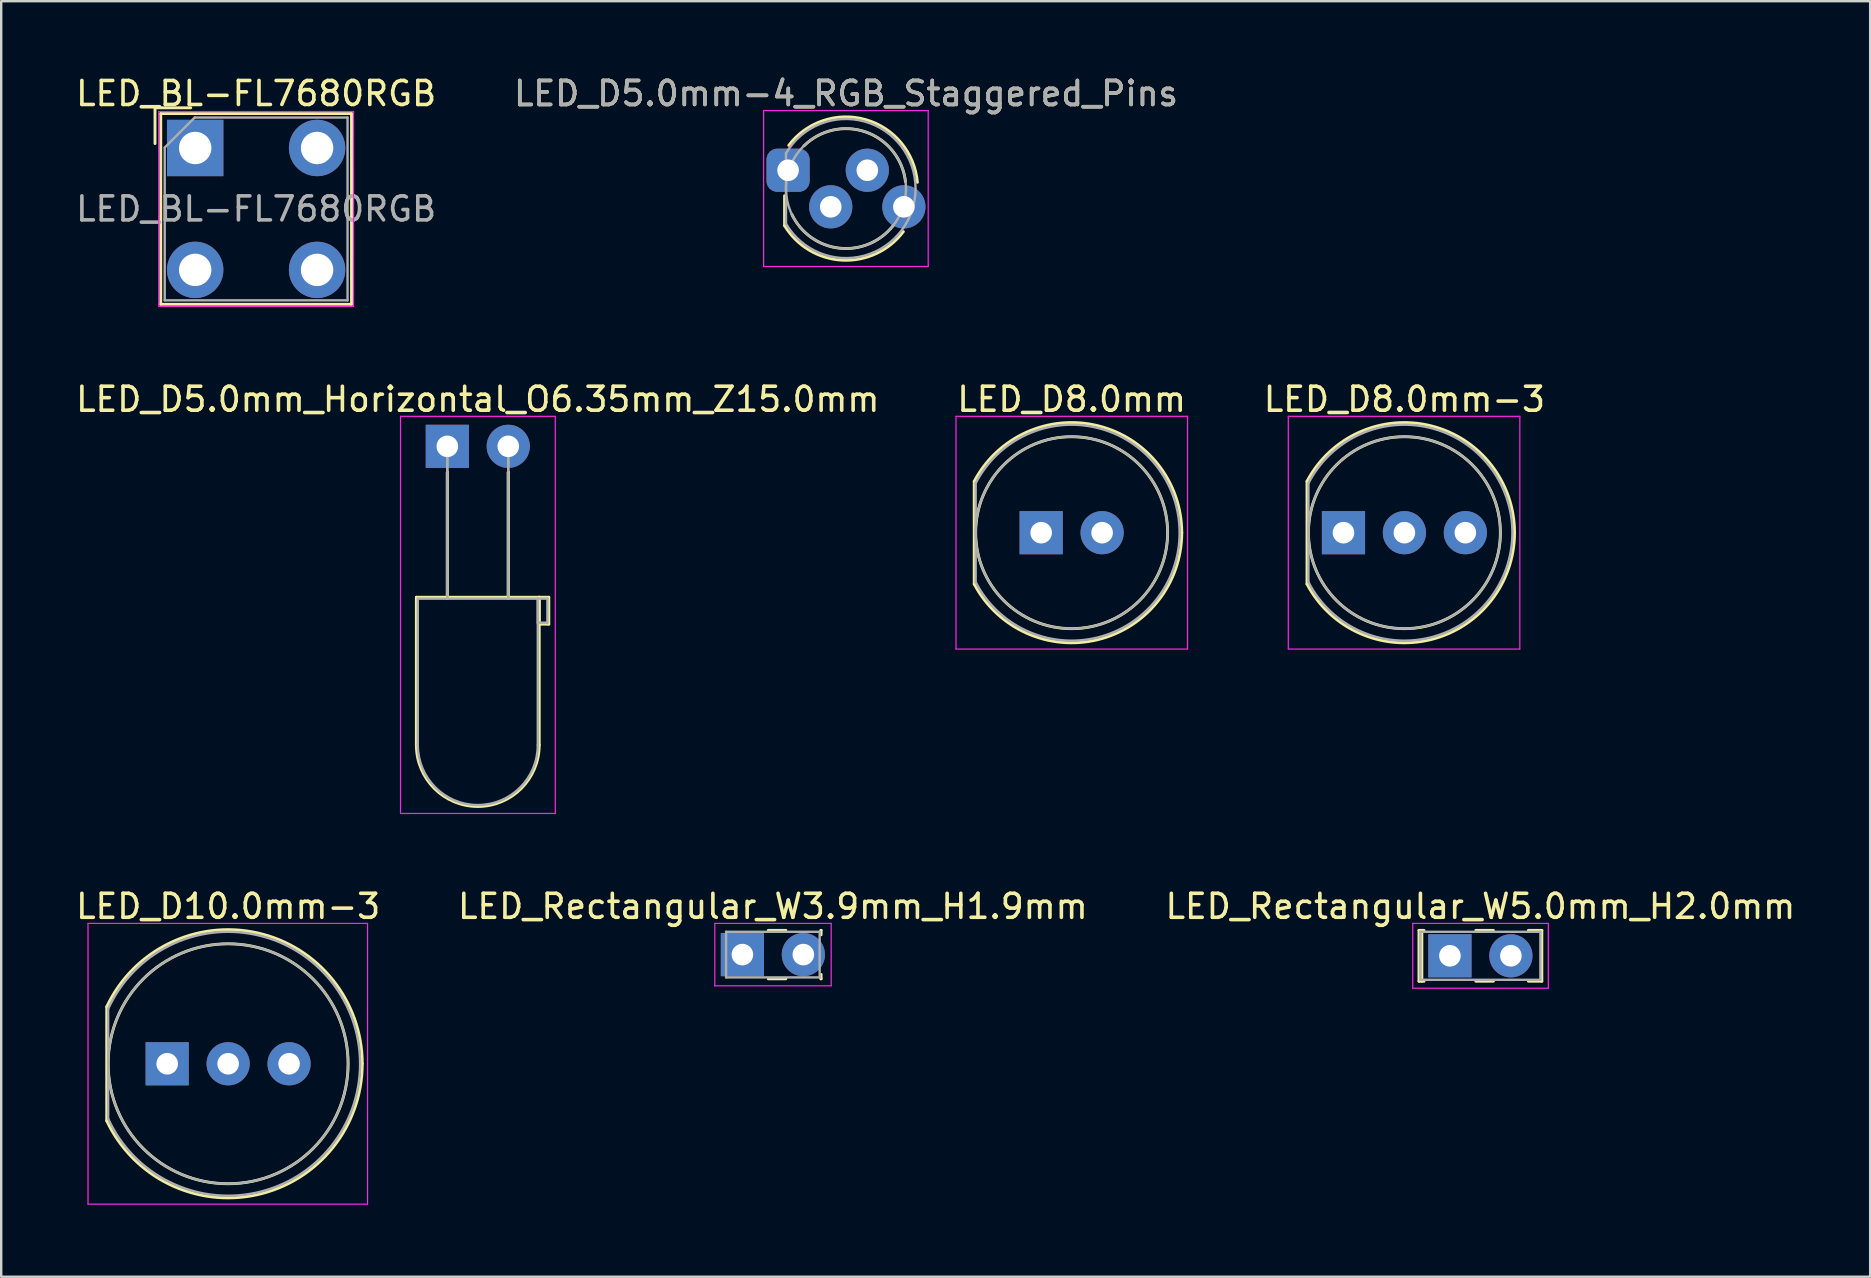
<source format=kicad_pcb>
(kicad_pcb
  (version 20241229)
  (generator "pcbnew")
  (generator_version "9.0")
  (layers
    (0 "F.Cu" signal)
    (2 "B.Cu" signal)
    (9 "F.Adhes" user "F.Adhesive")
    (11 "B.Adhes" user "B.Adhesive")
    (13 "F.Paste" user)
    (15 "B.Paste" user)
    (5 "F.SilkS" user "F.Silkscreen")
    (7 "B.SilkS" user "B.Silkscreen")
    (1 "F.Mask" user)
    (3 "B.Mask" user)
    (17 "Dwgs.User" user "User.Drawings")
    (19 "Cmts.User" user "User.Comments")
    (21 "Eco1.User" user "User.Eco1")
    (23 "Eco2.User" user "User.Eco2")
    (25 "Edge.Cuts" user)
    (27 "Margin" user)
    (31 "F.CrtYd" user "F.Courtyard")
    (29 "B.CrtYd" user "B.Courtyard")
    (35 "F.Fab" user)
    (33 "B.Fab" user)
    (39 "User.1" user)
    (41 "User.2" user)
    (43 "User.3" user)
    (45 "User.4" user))
  (footprint "LED_D5.0mm-4_RGB_Staggered_Pins"
    (layer "F.Cu")
    (at 29.795 4.046)
    (property "Reference" "LED_D5.0mm-4_RGB_Staggered_Pins" (at 2.413 -3.198 0) (layer "F.SilkS") (effects (font (size 1 1) (thickness 0.15))))
    (attr through_hole)
    (fp_line (start -0.147 1.061) (end -0.147 2.307) (stroke (width 0.12) (type solid)) (layer "F.SilkS"))
    (fp_arc (start 0.028 -1.038) (mid 3.238737 -2.109652) (end 5.389836 0.503784) (stroke (width 0.12) (type solid)) (layer "F.SilkS"))
    (fp_arc (start 0.660401 -1.015999) (mid 3.242766 -1.592649) (end 4.89309 0.475579) (stroke (width 0.12) (type solid)) (layer "F.SilkS"))
    (fp_arc (start 4.372086 2.315056) (mid 2.134091 3.246393) (end 0.158316 1.842) (stroke (width 0.12) (type solid)) (layer "F.SilkS"))
    (fp_arc (start 4.804334 2.556887) (mid 2.262188 3.748194) (end -0.147 2.30683) (stroke (width 0.12) (type solid)) (layer "F.SilkS"))
    (fp_line (start -1.02 -2.49) (end 5.84 -2.49) (stroke (width 0.05) (type solid)) (layer "F.CrtYd"))
    (fp_line (start -1.02 4.01) (end -1.02 -2.49) (stroke (width 0.05) (type solid)) (layer "F.CrtYd"))
    (fp_line (start 5.84 -2.49) (end 5.84 4.01) (stroke (width 0.05) (type solid)) (layer "F.CrtYd"))
    (fp_line (start 5.84 4.01) (end -1.02 4.01) (stroke (width 0.05) (type solid)) (layer "F.CrtYd"))
    (fp_line (start -0.087 -0.708) (end -0.087 2.232) (stroke (width 0.1) (type solid)) (layer "F.Fab"))
    (fp_arc (start -0.087 -0.707694) (mid 5.313 0.762016) (end -0.087016 2.231666) (stroke (width 0.1) (type solid)) (layer "F.Fab"))
    (fp_circle (center 2.413 0.762) (end 4.913 0.762) (stroke (width 0.1) (type solid)) (fill no) (layer "F.Fab"))
    (fp_text user "${REFERENCE}" (at 2.413 -3.198 0) (layer "F.Fab") (effects (font (size 1 1) (thickness 0.15))))
    (pad "1" thru_hole roundrect (at 0 0) (size 1.8 1.8) (drill 0.9) (layers "*.Cu" "*.Mask") (roundrect_rratio 0.25))
    (pad "2" thru_hole circle (at 1.778 1.524) (size 1.8 1.8) (drill 0.9) (layers "*.Cu" "*.Mask"))
    (pad "3" thru_hole circle (at 3.302 0) (size 1.8 1.8) (drill 0.9) (layers "*.Cu" "*.Mask"))
    (pad "4" thru_hole circle (at 4.826 1.524) (size 1.8 1.8) (drill 0.9) (layers "*.Cu" "*.Mask")))
  (footprint "LED_D8.0mm"
    (layer "F.Cu")
    (at 40.343 19.151)
    (property "Reference" "LED_D8.0mm" (at 1.27 -5.56 0) (layer "F.SilkS") (effects (font (size 1 1) (thickness 0.15))))
    (attr through_hole)
    (fp_line (start -2.79 -2.142) (end -2.79 2.142) (stroke (width 0.12) (type solid)) (layer "F.SilkS"))
    (fp_arc (start -2.79 -2.141145) (mid 2.373119 -4.455472) (end 5.86 0.000486) (stroke (width 0.12) (type solid)) (layer "F.SilkS"))
    (fp_arc (start 5.86 -0.000486) (mid 2.373119 4.455472) (end -2.79 2.141145) (stroke (width 0.12) (type solid)) (layer "F.SilkS"))
    (fp_circle (center 1.27 0) (end 5.27 0) (stroke (width 0.12) (type solid)) (fill no) (layer "F.SilkS"))
    (fp_line (start -3.55 -4.85) (end -3.55 4.85) (stroke (width 0.05) (type solid)) (layer "F.CrtYd"))
    (fp_line (start -3.55 4.85) (end 6.1 4.85) (stroke (width 0.05) (type solid)) (layer "F.CrtYd"))
    (fp_line (start 6.1 -4.85) (end -3.55 -4.85) (stroke (width 0.05) (type solid)) (layer "F.CrtYd"))
    (fp_line (start 6.1 4.85) (end 6.1 -4.85) (stroke (width 0.05) (type solid)) (layer "F.CrtYd"))
    (fp_line (start -2.73 -2.062) (end -2.73 2.062) (stroke (width 0.1) (type solid)) (layer "F.Fab"))
    (fp_arc (start -2.73 -2.061553) (mid 5.77 0.00126) (end -2.731154 2.059312) (stroke (width 0.1) (type solid)) (layer "F.Fab"))
    (fp_circle (center 1.27 0) (end 5.27 0) (stroke (width 0.1) (type solid)) (fill no) (layer "F.Fab"))
    (pad "1" thru_hole rect (at 0 0) (size 1.8 1.8) (drill 0.9) (layers "*.Cu" "*.Mask"))
    (pad "2" thru_hole circle (at 2.54 0) (size 1.8 1.8) (drill 0.9) (layers "*.Cu" "*.Mask")))
  (footprint "LED_D8.0mm-3"
    (layer "F.Cu")
    (at 52.942 19.151)
    (property "Reference" "LED_D8.0mm-3" (at 2.54 -5.56 0) (layer "F.SilkS") (effects (font (size 1 1) (thickness 0.15))))
    (attr through_hole)
    (fp_line (start -1.52 -2.142) (end -1.52 2.142) (stroke (width 0.12) (type solid)) (layer "F.SilkS"))
    (fp_arc (start -1.52 -2.141145) (mid 3.643119 -4.455472) (end 7.13 0.000486) (stroke (width 0.12) (type solid)) (layer "F.SilkS"))
    (fp_arc (start 7.13 -0.000486) (mid 3.643119 4.455472) (end -1.52 2.141145) (stroke (width 0.12) (type solid)) (layer "F.SilkS"))
    (fp_circle (center 2.54 0) (end 6.54 0) (stroke (width 0.12) (type solid)) (fill no) (layer "F.SilkS"))
    (fp_line (start -2.3 -4.85) (end -2.3 4.85) (stroke (width 0.05) (type solid)) (layer "F.CrtYd"))
    (fp_line (start -2.3 4.85) (end 7.35 4.85) (stroke (width 0.05) (type solid)) (layer "F.CrtYd"))
    (fp_line (start 7.35 -4.85) (end -2.3 -4.85) (stroke (width 0.05) (type solid)) (layer "F.CrtYd"))
    (fp_line (start 7.35 4.85) (end 7.35 -4.85) (stroke (width 0.05) (type solid)) (layer "F.CrtYd"))
    (fp_line (start -1.46 -2.062) (end -1.46 2.062) (stroke (width 0.1) (type solid)) (layer "F.Fab"))
    (fp_arc (start -1.46 -2.061553) (mid 7.04 0.00126) (end -1.461154 2.059312) (stroke (width 0.1) (type solid)) (layer "F.Fab"))
    (fp_circle (center 2.54 0) (end 6.54 0) (stroke (width 0.1) (type solid)) (fill no) (layer "F.Fab"))
    (pad "1" thru_hole rect (at 0 0) (size 1.8 1.8) (drill 0.9) (layers "*.Cu" "*.Mask"))
    (pad "2" thru_hole circle (at 2.54 0) (size 1.8 1.8) (drill 0.9) (layers "*.Cu" "*.Mask"))
    (pad "3" thru_hole circle (at 5.08 0) (size 1.8 1.8) (drill 0.9) (layers "*.Cu" "*.Mask")))
  (footprint "LED_Rectangular_W3.9mm_H1.9mm"
    (layer "F.Cu")
    (at 27.891 36.735)
    (property "Reference" "LED_Rectangular_W3.9mm_H1.9mm" (at 1.27 -2.01 0) (layer "F.SilkS") (effects (font (size 1 1) (thickness 0.15))))
    (attr through_hole)
    (fp_line (start 1.08 -1.01) (end 1.811 -1.01) (stroke (width 0.12) (type solid)) (layer "F.SilkS"))
    (fp_line (start 1.08 1.01) (end 1.811 1.01) (stroke (width 0.12) (type solid)) (layer "F.SilkS"))
    (fp_line (start 3.27 -1.01) (end 3.28 -1.01) (stroke (width 0.12) (type solid)) (layer "F.SilkS"))
    (fp_line (start 3.27 1.01) (end 3.28 1.01) (stroke (width 0.12) (type solid)) (layer "F.SilkS"))
    (fp_line (start 3.28 -1.01) (end 3.28 -0.825) (stroke (width 0.12) (type solid)) (layer "F.SilkS"))
    (fp_line (start 3.28 0.825) (end 3.28 1.01) (stroke (width 0.12) (type solid)) (layer "F.SilkS"))
    (fp_line (start -1.15 -1.3) (end -1.15 1.3) (stroke (width 0.05) (type solid)) (layer "F.CrtYd"))
    (fp_line (start -1.15 1.3) (end 3.7 1.3) (stroke (width 0.05) (type solid)) (layer "F.CrtYd"))
    (fp_line (start 3.7 -1.3) (end -1.15 -1.3) (stroke (width 0.05) (type solid)) (layer "F.CrtYd"))
    (fp_line (start 3.7 1.3) (end 3.7 -1.3) (stroke (width 0.05) (type solid)) (layer "F.CrtYd"))
    (fp_line (start -0.68 -0.95) (end -0.68 0.95) (stroke (width 0.1) (type solid)) (layer "F.Fab"))
    (fp_line (start -0.68 0.95) (end 3.22 0.95) (stroke (width 0.1) (type solid)) (layer "F.Fab"))
    (fp_line (start 3.22 -0.95) (end -0.68 -0.95) (stroke (width 0.1) (type solid)) (layer "F.Fab"))
    (fp_line (start 3.22 0.95) (end 3.22 -0.95) (stroke (width 0.1) (type solid)) (layer "F.Fab"))
    (pad "1" thru_hole rect (at 0 0) (size 1.8 1.8) (drill 0.9) (layers "*.Cu" "*.Mask"))
    (pad "2" thru_hole circle (at 2.54 0) (size 1.8 1.8) (drill 0.9) (layers "*.Cu" "*.Mask")))
  (footprint "LED_D10.0mm-3"
    (layer "F.Cu")
    (at 3.918 41.285)
    (property "Reference" "LED_D10.0mm-3" (at 2.54 -6.56 0) (layer "F.SilkS") (effects (font (size 1 1) (thickness 0.15))))
    (attr through_hole)
    (fp_line (start -2.52 -2.376) (end -2.52 2.376) (stroke (width 0.12) (type solid)) (layer "F.SilkS"))
    (fp_arc (start -2.52 -2.375816) (mid 3.754794 -5.456407) (end 8.129998 -0.004741) (stroke (width 0.12) (type solid)) (layer "F.SilkS"))
    (fp_arc (start 8.129998 0.004741) (mid 3.754794 5.456407) (end -2.52 2.375816) (stroke (width 0.12) (type solid)) (layer "F.SilkS"))
    (fp_circle (center 2.54 0) (end 7.54 0) (stroke (width 0.12) (type solid)) (fill no) (layer "F.SilkS"))
    (fp_line (start -3.3 -5.85) (end -3.3 5.85) (stroke (width 0.05) (type solid)) (layer "F.CrtYd"))
    (fp_line (start -3.3 5.85) (end 8.35 5.85) (stroke (width 0.05) (type solid)) (layer "F.CrtYd"))
    (fp_line (start 8.35 -5.85) (end -3.3 -5.85) (stroke (width 0.05) (type solid)) (layer "F.CrtYd"))
    (fp_line (start 8.35 5.85) (end 8.35 -5.85) (stroke (width 0.05) (type solid)) (layer "F.CrtYd"))
    (fp_line (start -2.46 -2.291) (end -2.46 2.291) (stroke (width 0.1) (type solid)) (layer "F.Fab"))
    (fp_arc (start -2.46 -2.291288) (mid 8.04 0.001918) (end -2.461597 2.2878) (stroke (width 0.1) (type solid)) (layer "F.Fab"))
    (fp_circle (center 2.54 0) (end 7.54 0) (stroke (width 0.1) (type solid)) (fill no) (layer "F.Fab"))
    (pad "1" thru_hole rect (at 0 0) (size 1.8 1.8) (drill 0.9) (layers "*.Cu" "*.Mask"))
    (pad "2" thru_hole circle (at 2.54 0) (size 1.8 1.8) (drill 0.9) (layers "*.Cu" "*.Mask"))
    (pad "3" thru_hole circle (at 5.08 0) (size 1.8 1.8) (drill 0.9) (layers "*.Cu" "*.Mask")))
  (footprint "LED_BL-FL7680RGB"
    (layer "F.Cu")
    (at 5.085 3.118)
    (property "Reference" "LED_BL-FL7680RGB" (at 2.54 -2.27 0) (layer "F.SilkS") (effects (font (size 1 1) (thickness 0.15))))
    (attr through_hole)
    (fp_line (start -1.675 -1.675) (end -0.185 -1.675) (stroke (width 0.12) (type solid)) (layer "F.SilkS"))
    (fp_line (start -1.675 -0.185) (end -1.675 -1.675) (stroke (width 0.12) (type solid)) (layer "F.SilkS"))
    (fp_line (start -1.435 -1.435) (end -1.435 6.515) (stroke (width 0.12) (type solid)) (layer "F.SilkS"))
    (fp_line (start -1.435 6.515) (end 6.515 6.515) (stroke (width 0.12) (type solid)) (layer "F.SilkS"))
    (fp_line (start 6.515 -1.435) (end -1.435 -1.435) (stroke (width 0.12) (type solid)) (layer "F.SilkS"))
    (fp_line (start 6.515 6.515) (end 6.515 -1.435) (stroke (width 0.12) (type solid)) (layer "F.SilkS"))
    (fp_line (start -1.52 -1.52) (end -1.52 6.6) (stroke (width 0.05) (type solid)) (layer "F.CrtYd"))
    (fp_line (start -1.52 6.6) (end 6.6 6.6) (stroke (width 0.05) (type solid)) (layer "F.CrtYd"))
    (fp_line (start 6.6 -1.52) (end -1.52 -1.52) (stroke (width 0.05) (type solid)) (layer "F.CrtYd"))
    (fp_line (start 6.6 6.6) (end 6.6 -1.52) (stroke (width 0.05) (type solid)) (layer "F.CrtYd"))
    (fp_line (start -1.27 -0.02) (end -0.02 -1.27) (stroke (width 0.1) (type solid)) (layer "F.Fab"))
    (fp_line (start -1.27 6.35) (end -1.27 -0.02) (stroke (width 0.1) (type solid)) (layer "F.Fab"))
    (fp_line (start -0.02 -1.27) (end 6.35 -1.27) (stroke (width 0.1) (type solid)) (layer "F.Fab"))
    (fp_line (start 6.35 -1.27) (end 6.35 6.35) (stroke (width 0.1) (type solid)) (layer "F.Fab"))
    (fp_line (start 6.35 6.35) (end -1.27 6.35) (stroke (width 0.1) (type solid)) (layer "F.Fab"))
    (fp_text user "${REFERENCE}" (at 2.54 2.54 0) (layer "F.Fab") (effects (font (size 1 1) (thickness 0.15))))
    (pad "1" thru_hole rect (at 0 0) (size 2.35 2.35) (drill 1.35) (layers "*.Cu" "*.Mask"))
    (pad "2" thru_hole circle (at 0 5.08) (size 2.35 2.35) (drill 1.35) (layers "*.Cu" "*.Mask"))
    (pad "3" thru_hole circle (at 5.08 5.08) (size 2.35 2.35) (drill 1.35) (layers "*.Cu" "*.Mask"))
    (pad "4" thru_hole circle (at 5.08 0) (size 2.35 2.35) (drill 1.35) (layers "*.Cu" "*.Mask")))
  (footprint "LED_D5.0mm_Horizontal_O6.35mm_Z15.0mm"
    (layer "F.Cu")
    (at 15.593 15.552)
    (property "Reference" "LED_D5.0mm_Horizontal_O6.35mm_Z15.0mm" (at 1.27 -1.96 0) (layer "F.SilkS") (effects (font (size 1 1) (thickness 0.15))))
    (attr through_hole)
    (fp_line (start -1.29 6.29) (end -1.29 12.45) (stroke (width 0.12) (type solid)) (layer "F.SilkS"))
    (fp_line (start -1.29 6.29) (end 3.83 6.29) (stroke (width 0.12) (type solid)) (layer "F.SilkS"))
    (fp_line (start 0 1.08) (end 0 1.08) (stroke (width 0.12) (type solid)) (layer "F.SilkS"))
    (fp_line (start 0 1.08) (end 0 6.29) (stroke (width 0.12) (type solid)) (layer "F.SilkS"))
    (fp_line (start 0 6.29) (end 0 1.08) (stroke (width 0.12) (type solid)) (layer "F.SilkS"))
    (fp_line (start 0 6.29) (end 0 6.29) (stroke (width 0.12) (type solid)) (layer "F.SilkS"))
    (fp_line (start 2.54 1.08) (end 2.54 1.08) (stroke (width 0.12) (type solid)) (layer "F.SilkS"))
    (fp_line (start 2.54 1.08) (end 2.54 6.29) (stroke (width 0.12) (type solid)) (layer "F.SilkS"))
    (fp_line (start 2.54 6.29) (end 2.54 1.08) (stroke (width 0.12) (type solid)) (layer "F.SilkS"))
    (fp_line (start 2.54 6.29) (end 2.54 6.29) (stroke (width 0.12) (type solid)) (layer "F.SilkS"))
    (fp_line (start 3.83 6.29) (end 3.83 12.45) (stroke (width 0.12) (type solid)) (layer "F.SilkS"))
    (fp_line (start 3.83 6.29) (end 4.23 6.29) (stroke (width 0.12) (type solid)) (layer "F.SilkS"))
    (fp_line (start 3.83 7.41) (end 3.83 6.29) (stroke (width 0.12) (type solid)) (layer "F.SilkS"))
    (fp_line (start 4.23 6.29) (end 4.23 7.41) (stroke (width 0.12) (type solid)) (layer "F.SilkS"))
    (fp_line (start 4.23 7.41) (end 3.83 7.41) (stroke (width 0.12) (type solid)) (layer "F.SilkS"))
    (fp_arc (start 3.83 12.45) (mid 1.27 15.01) (end -1.29 12.45) (stroke (width 0.12) (type solid)) (layer "F.SilkS"))
    (fp_line (start -1.95 -1.25) (end -1.95 15.3) (stroke (width 0.05) (type solid)) (layer "F.CrtYd"))
    (fp_line (start -1.95 15.3) (end 4.5 15.3) (stroke (width 0.05) (type solid)) (layer "F.CrtYd"))
    (fp_line (start 4.5 -1.25) (end -1.95 -1.25) (stroke (width 0.05) (type solid)) (layer "F.CrtYd"))
    (fp_line (start 4.5 15.3) (end 4.5 -1.25) (stroke (width 0.05) (type solid)) (layer "F.CrtYd"))
    (fp_line (start -1.23 6.35) (end -1.23 12.45) (stroke (width 0.1) (type solid)) (layer "F.Fab"))
    (fp_line (start -1.23 6.35) (end 3.77 6.35) (stroke (width 0.1) (type solid)) (layer "F.Fab"))
    (fp_line (start 0 0) (end 0 0) (stroke (width 0.1) (type solid)) (layer "F.Fab"))
    (fp_line (start 0 0) (end 0 6.35) (stroke (width 0.1) (type solid)) (layer "F.Fab"))
    (fp_line (start 0 6.35) (end 0 0) (stroke (width 0.1) (type solid)) (layer "F.Fab"))
    (fp_line (start 0 6.35) (end 0 6.35) (stroke (width 0.1) (type solid)) (layer "F.Fab"))
    (fp_line (start 2.54 0) (end 2.54 0) (stroke (width 0.1) (type solid)) (layer "F.Fab"))
    (fp_line (start 2.54 0) (end 2.54 6.35) (stroke (width 0.1) (type solid)) (layer "F.Fab"))
    (fp_line (start 2.54 6.35) (end 2.54 0) (stroke (width 0.1) (type solid)) (layer "F.Fab"))
    (fp_line (start 2.54 6.35) (end 2.54 6.35) (stroke (width 0.1) (type solid)) (layer "F.Fab"))
    (fp_line (start 3.77 6.35) (end 3.77 12.45) (stroke (width 0.1) (type solid)) (layer "F.Fab"))
    (fp_line (start 3.77 6.35) (end 4.17 6.35) (stroke (width 0.1) (type solid)) (layer "F.Fab"))
    (fp_line (start 3.77 7.35) (end 3.77 6.35) (stroke (width 0.1) (type solid)) (layer "F.Fab"))
    (fp_line (start 4.17 6.35) (end 4.17 7.35) (stroke (width 0.1) (type solid)) (layer "F.Fab"))
    (fp_line (start 4.17 7.35) (end 3.77 7.35) (stroke (width 0.1) (type solid)) (layer "F.Fab"))
    (fp_arc (start 3.77 12.45) (mid 1.27 14.95) (end -1.23 12.45) (stroke (width 0.1) (type solid)) (layer "F.Fab"))
    (pad "1" thru_hole rect (at 0 0) (size 1.8 1.8) (drill 0.9) (layers "*.Cu" "*.Mask"))
    (pad "2" thru_hole circle (at 2.54 0) (size 1.8 1.8) (drill 0.9) (layers "*.Cu" "*.Mask")))
  (footprint "LED_Rectangular_W5.0mm_H2.0mm"
    (layer "F.Cu")
    (at 57.379 36.785)
    (property "Reference" "LED_Rectangular_W5.0mm_H2.0mm" (at 1.27 -2.06 0) (layer "F.SilkS") (effects (font (size 1 1) (thickness 0.15))))
    (attr through_hole)
    (fp_line (start -1.29 -1.06) (end -1.29 1.06) (stroke (width 0.12) (type solid)) (layer "F.SilkS"))
    (fp_line (start -1.29 -1.06) (end -1.08 -1.06) (stroke (width 0.12) (type solid)) (layer "F.SilkS"))
    (fp_line (start -1.29 1.06) (end -1.08 1.06) (stroke (width 0.12) (type solid)) (layer "F.SilkS"))
    (fp_line (start -1.17 -1.06) (end -1.17 1.06) (stroke (width 0.12) (type solid)) (layer "F.SilkS"))
    (fp_line (start 1.08 -1.06) (end 1.811 -1.06) (stroke (width 0.12) (type solid)) (layer "F.SilkS"))
    (fp_line (start 1.08 1.06) (end 1.811 1.06) (stroke (width 0.12) (type solid)) (layer "F.SilkS"))
    (fp_line (start 3.27 -1.06) (end 3.83 -1.06) (stroke (width 0.12) (type solid)) (layer "F.SilkS"))
    (fp_line (start 3.27 1.06) (end 3.83 1.06) (stroke (width 0.12) (type solid)) (layer "F.SilkS"))
    (fp_line (start 3.83 -1.06) (end 3.83 1.06) (stroke (width 0.12) (type solid)) (layer "F.SilkS"))
    (fp_line (start -1.55 -1.35) (end -1.55 1.35) (stroke (width 0.05) (type solid)) (layer "F.CrtYd"))
    (fp_line (start -1.55 1.35) (end 4.1 1.35) (stroke (width 0.05) (type solid)) (layer "F.CrtYd"))
    (fp_line (start 4.1 -1.35) (end -1.55 -1.35) (stroke (width 0.05) (type solid)) (layer "F.CrtYd"))
    (fp_line (start 4.1 1.35) (end 4.1 -1.35) (stroke (width 0.05) (type solid)) (layer "F.CrtYd"))
    (fp_line (start -1.23 -1) (end -1.23 1) (stroke (width 0.1) (type solid)) (layer "F.Fab"))
    (fp_line (start -1.23 1) (end 3.77 1) (stroke (width 0.1) (type solid)) (layer "F.Fab"))
    (fp_line (start 3.77 -1) (end -1.23 -1) (stroke (width 0.1) (type solid)) (layer "F.Fab"))
    (fp_line (start 3.77 1) (end 3.77 -1) (stroke (width 0.1) (type solid)) (layer "F.Fab"))
    (pad "1" thru_hole rect (at 0 0) (size 1.8 1.8) (drill 0.9) (layers "*.Cu" "*.Mask"))
    (pad "2" thru_hole circle (at 2.54 0) (size 1.8 1.8) (drill 0.9) (layers "*.Cu" "*.Mask")))
  (gr_rect
    (start -3 -3)
    (end 74.893 50.16)
    (stroke (width 0.1) (type default))
    (fill no)
    (layer "Edge.Cuts")))
</source>
